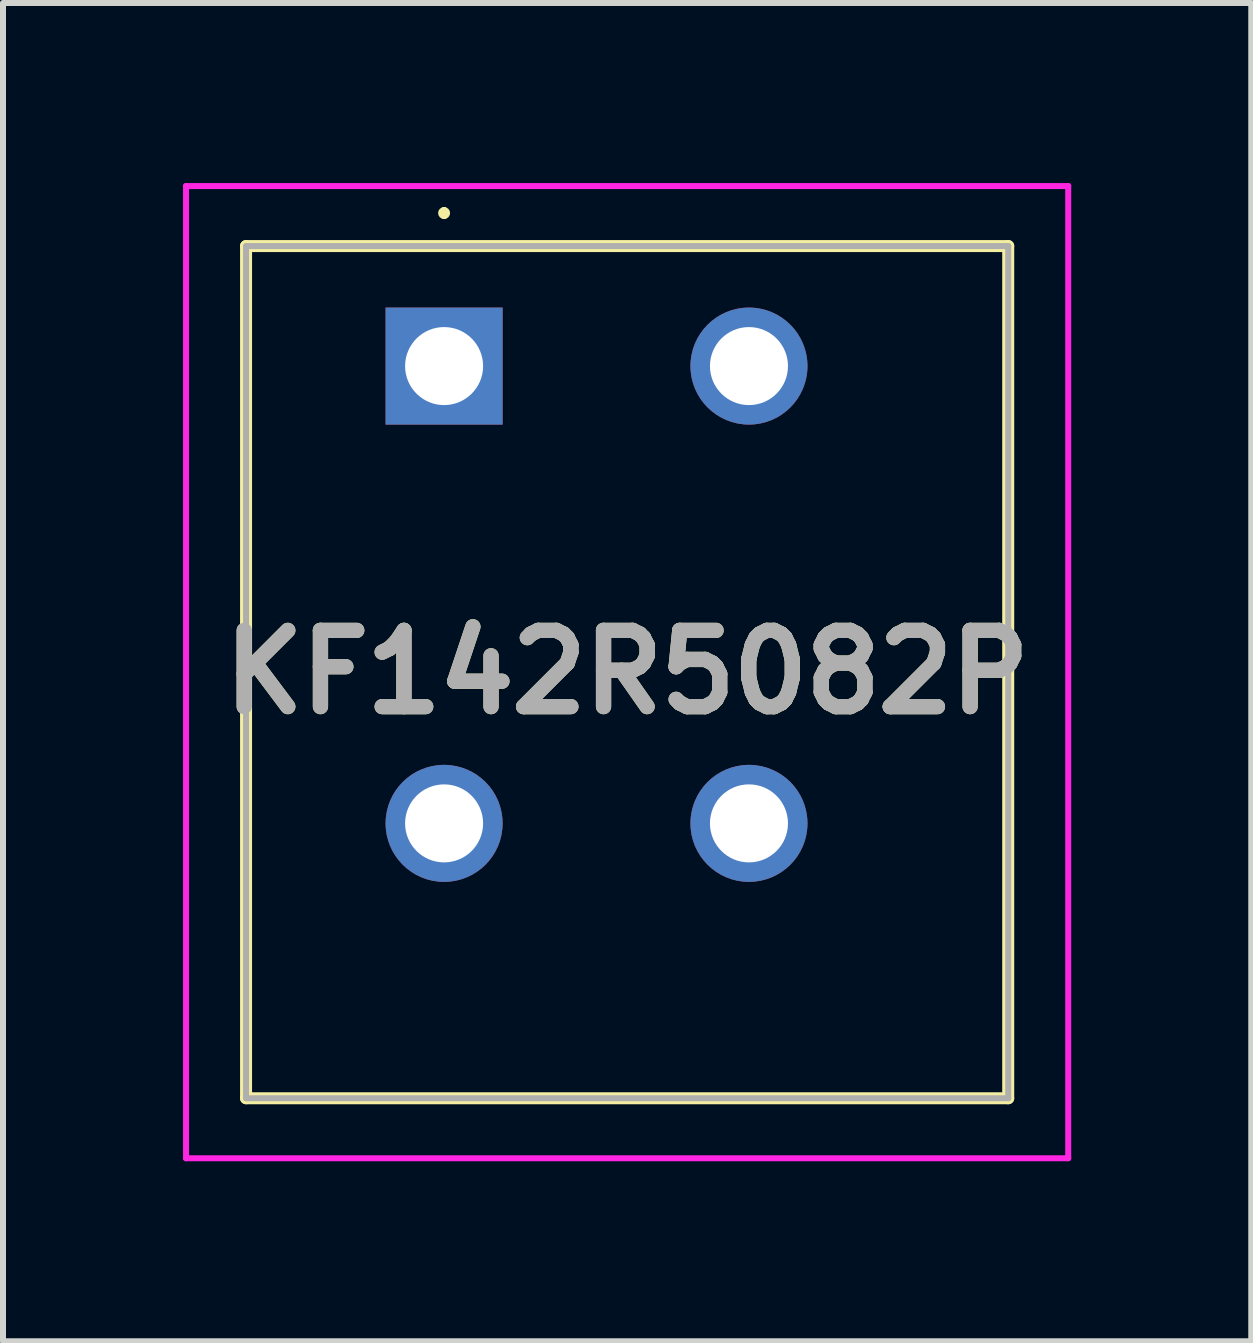
<source format=kicad_pcb>
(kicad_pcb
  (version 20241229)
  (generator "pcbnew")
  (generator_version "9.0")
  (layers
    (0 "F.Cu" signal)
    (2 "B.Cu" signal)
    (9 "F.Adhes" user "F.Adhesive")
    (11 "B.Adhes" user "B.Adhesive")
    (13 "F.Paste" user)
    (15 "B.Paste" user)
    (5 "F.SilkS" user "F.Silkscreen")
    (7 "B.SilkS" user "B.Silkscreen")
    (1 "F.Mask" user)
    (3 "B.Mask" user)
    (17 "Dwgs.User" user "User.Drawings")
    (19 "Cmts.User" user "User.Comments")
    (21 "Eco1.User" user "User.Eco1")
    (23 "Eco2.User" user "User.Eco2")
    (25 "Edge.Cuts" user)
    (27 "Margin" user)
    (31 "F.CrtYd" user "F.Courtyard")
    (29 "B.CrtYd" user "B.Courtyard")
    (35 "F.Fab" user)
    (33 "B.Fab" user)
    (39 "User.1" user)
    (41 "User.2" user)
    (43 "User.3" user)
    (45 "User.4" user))
  (footprint "KF142R5082P"
    (layer "F.Cu")
    (at 4.35 3.05)
    (property "Reference" "KF142R5082P" (at 3.05 5.1 0) (layer "F.SilkS") (effects (font (size 1.27 1.27) (thickness 0.254))))
    (attr through_hole)
    (fp_line (start -3.3 -2) (end 9.4 -2) (stroke (width 0.2) (type solid)) (layer "F.SilkS"))
    (fp_line (start -3.3 12.2) (end -3.3 -2) (stroke (width 0.2) (type solid)) (layer "F.SilkS"))
    (fp_line (start 0 -2.6) (end 0 -2.6) (stroke (width 0.1) (type solid)) (layer "F.SilkS"))
    (fp_line (start 0 -2.5) (end 0 -2.5) (stroke (width 0.1) (type solid)) (layer "F.SilkS"))
    (fp_line (start 9.4 -2) (end 9.4 12.2) (stroke (width 0.2) (type solid)) (layer "F.SilkS"))
    (fp_line (start 9.4 12.2) (end -3.3 12.2) (stroke (width 0.2) (type solid)) (layer "F.SilkS"))
    (fp_arc (start 0 -2.6) (mid 0.05 -2.55) (end 0 -2.5) (stroke (width 0.1) (type solid)) (layer "F.SilkS"))
    (fp_arc (start 0 -2.5) (mid -0.05 -2.55) (end 0 -2.6) (stroke (width 0.1) (type solid)) (layer "F.SilkS"))
    (fp_line (start -4.3 -3) (end 10.4 -3) (stroke (width 0.1) (type solid)) (layer "F.CrtYd"))
    (fp_line (start -4.3 13.2) (end -4.3 -3) (stroke (width 0.1) (type solid)) (layer "F.CrtYd"))
    (fp_line (start 10.4 -3) (end 10.4 13.2) (stroke (width 0.1) (type solid)) (layer "F.CrtYd"))
    (fp_line (start 10.4 13.2) (end -4.3 13.2) (stroke (width 0.1) (type solid)) (layer "F.CrtYd"))
    (fp_line (start -3.3 -2) (end -3.3 12.2) (stroke (width 0.1) (type solid)) (layer "F.Fab"))
    (fp_line (start -3.3 12.2) (end 9.4 12.2) (stroke (width 0.1) (type solid)) (layer "F.Fab"))
    (fp_line (start 9.4 -2) (end -3.3 -2) (stroke (width 0.1) (type solid)) (layer "F.Fab"))
    (fp_line (start 9.4 12.2) (end 9.4 -2) (stroke (width 0.1) (type solid)) (layer "F.Fab"))
    (fp_text user "${REFERENCE}" (at 3.05 5.1 0) (layer "F.Fab") (effects (font (size 1.27 1.27) (thickness 0.254))))
    (pad "1" thru_hole rect (at 0 0) (size 1.95 1.95) (drill 1.3) (layers "*.Cu" "*.Mask"))
    (pad "1" thru_hole circle (at 0 7.62) (size 1.95 1.95) (drill 1.3) (layers "*.Cu" "*.Mask"))
    (pad "2" thru_hole circle (at 5.08 0) (size 1.95 1.95) (drill 1.3) (layers "*.Cu" "*.Mask"))
    (pad "2" thru_hole circle (at 5.08 7.62) (size 1.95 1.95) (drill 1.3) (layers "*.Cu" "*.Mask")))
  (gr_rect
    (start -3 -3)
    (end 17.8 19.3)
    (stroke (width 0.1) (type default))
    (fill no)
    (layer "Edge.Cuts")))
</source>
